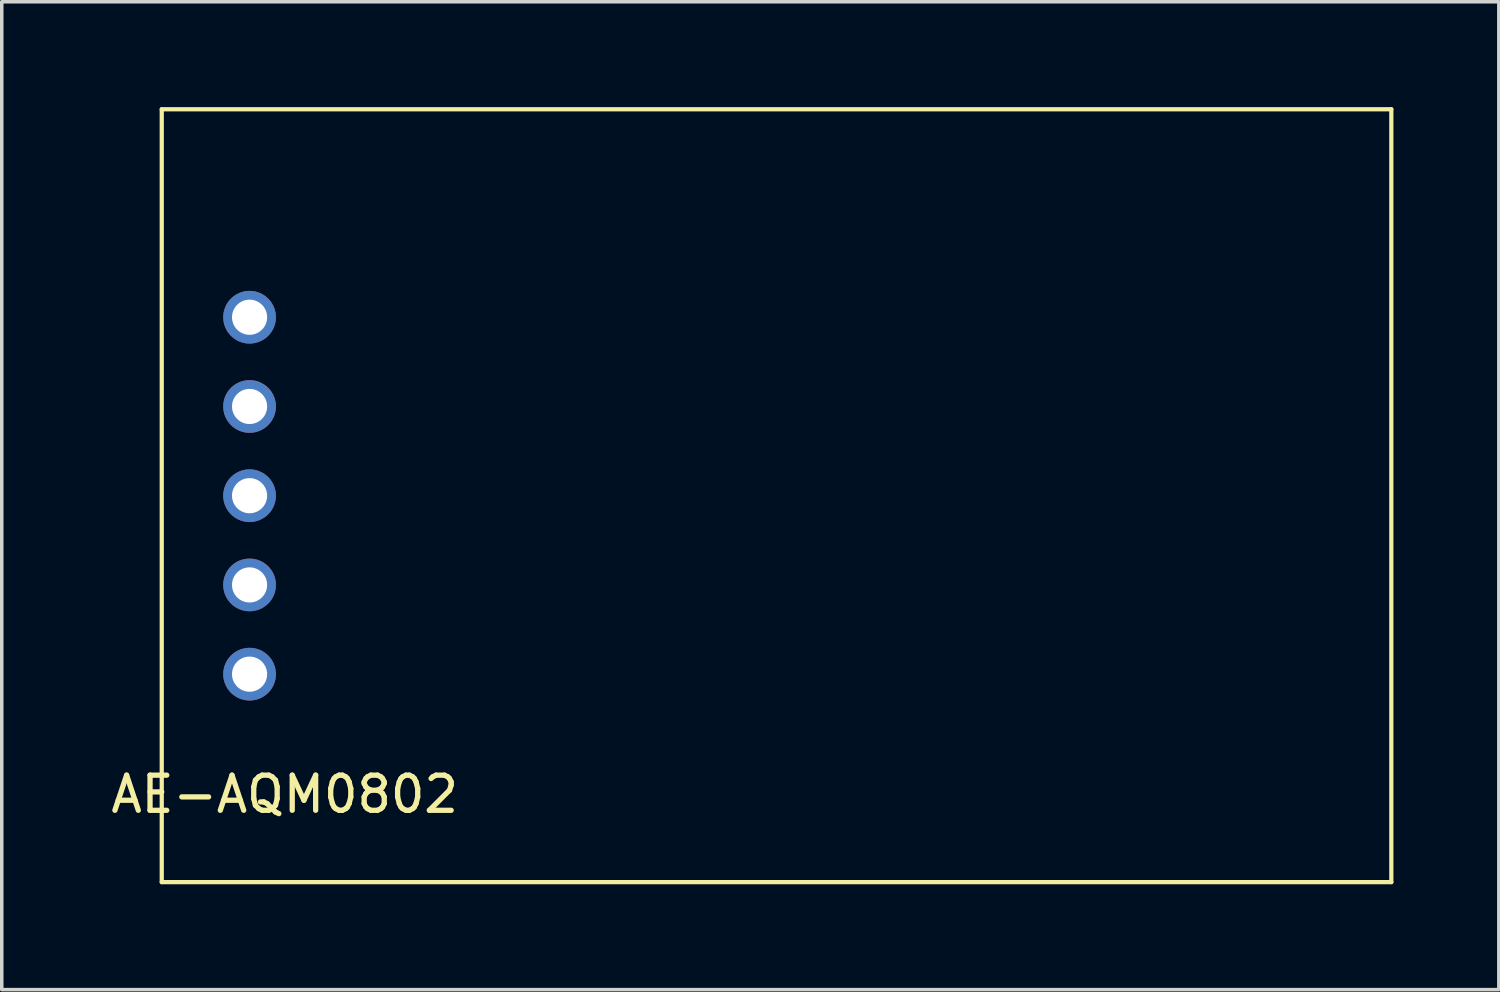
<source format=kicad_pcb>
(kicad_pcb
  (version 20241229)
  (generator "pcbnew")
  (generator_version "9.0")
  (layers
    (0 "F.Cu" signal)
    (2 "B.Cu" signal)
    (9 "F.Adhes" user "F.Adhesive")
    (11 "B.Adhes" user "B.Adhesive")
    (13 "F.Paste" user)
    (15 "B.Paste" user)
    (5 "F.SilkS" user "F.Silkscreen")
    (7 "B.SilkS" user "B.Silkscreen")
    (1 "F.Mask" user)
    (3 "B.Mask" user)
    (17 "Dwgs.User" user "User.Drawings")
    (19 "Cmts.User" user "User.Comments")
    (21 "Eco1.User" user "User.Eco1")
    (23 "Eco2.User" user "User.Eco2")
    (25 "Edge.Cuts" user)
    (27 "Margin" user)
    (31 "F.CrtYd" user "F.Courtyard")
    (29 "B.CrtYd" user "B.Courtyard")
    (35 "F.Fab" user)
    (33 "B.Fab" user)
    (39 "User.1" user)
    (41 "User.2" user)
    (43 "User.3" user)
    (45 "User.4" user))
  (footprint "AE-AQM0802"
    (layer "F.Cu")
    (at 4.054 11.06)
    (property "Reference" "AE-AQM0802" (at 1 8.5 0) (layer "F.SilkS") (effects (font (size 1 1) (thickness 0.15))))
    (attr through_hole)
    (fp_line (start -2.5 -11) (end 32.5 -11) (stroke (width 0.12) (type solid)) (layer "F.SilkS"))
    (fp_line (start -2.5 11) (end -2.5 -11) (stroke (width 0.12) (type solid)) (layer "F.SilkS"))
    (fp_line (start 32.5 -11) (end 32.5 11) (stroke (width 0.12) (type solid)) (layer "F.SilkS"))
    (fp_line (start 32.5 11) (end -2.5 11) (stroke (width 0.12) (type solid)) (layer "F.SilkS"))
    (pad "1" thru_hole circle (at 0 -5.08) (size 1.5 1.5) (drill 1) (layers "*.Cu" "*.Mask"))
    (pad "2" thru_hole circle (at 0 -2.54) (size 1.5 1.5) (drill 1) (layers "*.Cu" "*.Mask"))
    (pad "3" thru_hole circle (at 0 0) (size 1.5 1.5) (drill 1) (layers "*.Cu" "*.Mask"))
    (pad "4" thru_hole circle (at 0 2.54) (size 1.5 1.5) (drill 1) (layers "*.Cu" "*.Mask"))
    (pad "5" thru_hole circle (at 0 5.08) (size 1.5 1.5) (drill 1) (layers "*.Cu" "*.Mask")))
  (gr_rect
    (start -3 -3)
    (end 39.614 25.12)
    (stroke (width 0.1) (type default))
    (fill no)
    (layer "Edge.Cuts")))
</source>
